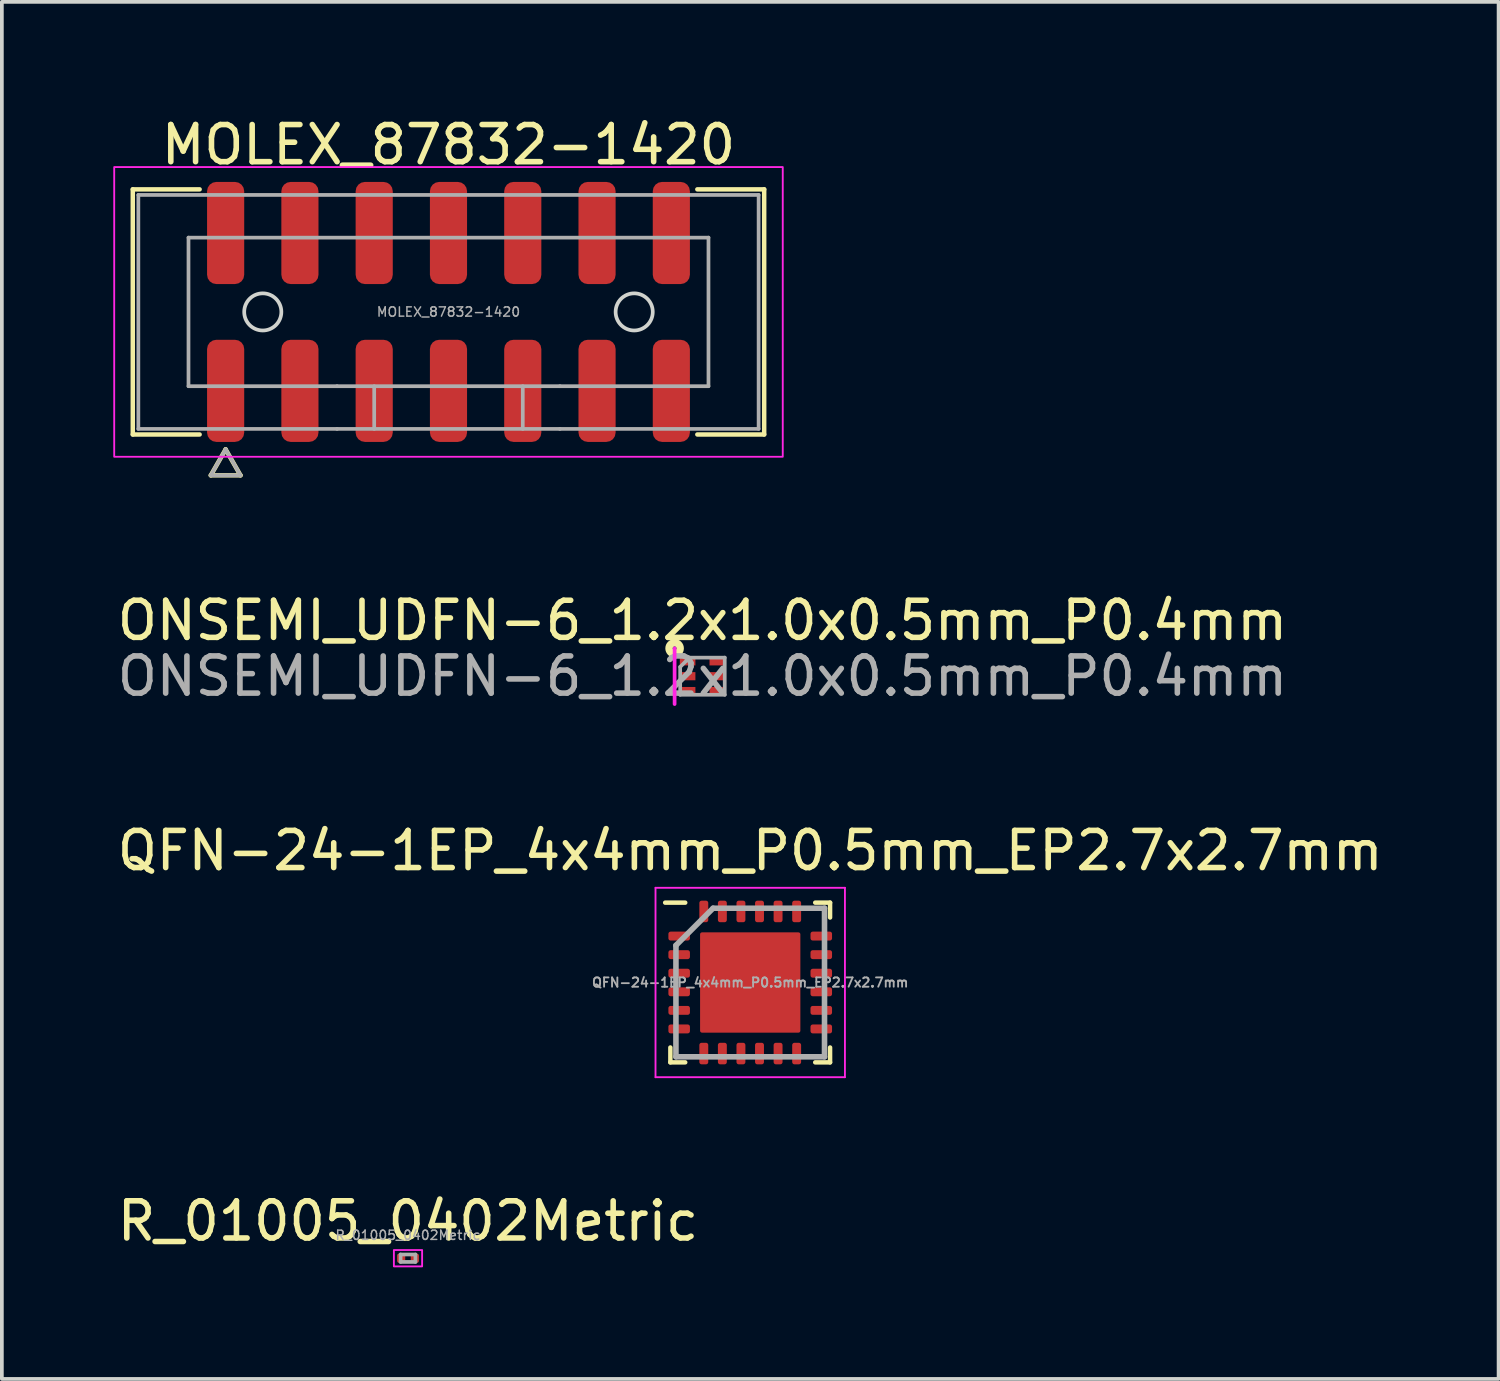
<source format=kicad_pcb>
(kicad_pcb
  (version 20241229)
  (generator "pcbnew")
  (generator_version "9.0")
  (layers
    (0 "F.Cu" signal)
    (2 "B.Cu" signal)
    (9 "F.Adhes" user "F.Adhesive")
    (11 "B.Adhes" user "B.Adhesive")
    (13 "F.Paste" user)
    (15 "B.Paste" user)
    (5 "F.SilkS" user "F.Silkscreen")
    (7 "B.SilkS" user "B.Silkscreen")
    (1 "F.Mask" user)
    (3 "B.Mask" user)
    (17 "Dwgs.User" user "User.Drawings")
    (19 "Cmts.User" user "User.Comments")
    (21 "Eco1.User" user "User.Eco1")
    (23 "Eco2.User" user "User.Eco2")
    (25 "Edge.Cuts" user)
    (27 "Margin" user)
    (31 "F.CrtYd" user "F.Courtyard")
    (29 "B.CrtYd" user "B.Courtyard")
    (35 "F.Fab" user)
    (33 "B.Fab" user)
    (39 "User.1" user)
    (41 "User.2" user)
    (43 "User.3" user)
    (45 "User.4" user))
  (footprint "R_01005_0402Metric"
    (layer "F.Cu")
    (at 7.935 30.826)
    (property "Reference" "R_01005_0402Metric" (at 0 -1 0) (layer "F.SilkS") (effects (font (size 1 1) (thickness 0.15))))
    (attr smd)
    (fp_rect (start -0.38 -0.22) (end 0.38 0.22) (stroke (width 0.05) (type default)) (fill no) (layer "F.CrtYd"))
    (fp_line (start -0.2 -0.1) (end 0.2 -0.1) (stroke (width 0.1) (type solid)) (layer "F.Fab"))
    (fp_line (start -0.2 0.1) (end -0.2 -0.1) (stroke (width 0.1) (type solid)) (layer "F.Fab"))
    (fp_line (start 0.2 -0.1) (end 0.2 0.1) (stroke (width 0.1) (type solid)) (layer "F.Fab"))
    (fp_line (start 0.2 0.1) (end -0.2 0.1) (stroke (width 0.1) (type solid)) (layer "F.Fab"))
    (fp_text user "${REFERENCE}" (at 0 -0.62 0) (layer "F.Fab") (effects (font (size 0.25 0.25) (thickness 0.04))))
    (pad "" smd roundrect (at -0.197 0) (size 0.195 0.244) (layers "F.Paste") (roundrect_rratio 0.27))
    (pad "" smd roundrect (at 0.198 -0.000125) (size 0.195 0.244) (layers "F.Paste") (roundrect_rratio 0.27))
    (pad "1" smd roundrect (at -0.185 0) (size 0.22 0.25) (layers "F.Cu" "F.Mask") (roundrect_rratio 0.25))
    (pad "2" smd roundrect (at 0.185 0) (size 0.22 0.25) (layers "F.Cu" "F.Mask") (roundrect_rratio 0.25)))
  (footprint "ONSEMI_UDFN-6_1.2x1.0x0.5mm_P0.4mm"
    (layer "F.Cu")
    (at 15.863 15.156)
    (property "Reference" "ONSEMI_UDFN-6_1.2x1.0x0.5mm_P0.4mm" (at 0 -1.5 0) (unlocked yes) (layer "F.SilkS") (effects (font (size 1 1) (thickness 0.15))))
    (attr smd)
    (fp_circle (center -0.75 -0.75) (end -0.7 -0.75) (stroke (width 0.2) (type default)) (fill no) (layer "F.SilkS"))
    (fp_line (start -0.75 0.75) (end 0.75 0.75) (stroke (width 0.1) (type default)) (layer "Margin"))
    (fp_line (start 0.75 -0.75) (end -0.75 -0.75) (stroke (width 0.1) (type default)) (layer "Margin"))
    (fp_line (start 0.75 0.75) (end 0.75 -0.75) (stroke (width 0.1) (type default)) (layer "Margin"))
    (fp_line (start -0.75 0.75) (end -0.75 -0.75) (stroke (width 0.1) (type solid)) (layer "F.CrtYd"))
    (fp_line (start -0.6 -0.25) (end -0.6 0.5) (stroke (width 0.1) (type default)) (layer "F.Fab"))
    (fp_line (start -0.6 0.5) (end 0.6 0.5) (stroke (width 0.1) (type solid)) (layer "F.Fab"))
    (fp_line (start -0.35 -0.5) (end -0.6 -0.25) (stroke (width 0.1) (type default)) (layer "F.Fab"))
    (fp_line (start -0.35 -0.5) (end 0.6 -0.5) (stroke (width 0.1) (type default)) (layer "F.Fab"))
    (fp_line (start 0.6 -0.5) (end 0.6 0.5) (stroke (width 0.1) (type default)) (layer "F.Fab"))
    (fp_text user "${REFERENCE}" (at 0 0 0) (unlocked yes) (layer "F.Fab") (effects (font (size 1 1) (thickness 0.15))))
    (pad "1" smd rect (at -0.4 -0.4) (size 0.42 0.22) (layers "F.Cu" "F.Mask" "F.Paste"))
    (pad "2" smd rect (at -0.4 0) (size 0.42 0.22) (layers "F.Cu" "F.Mask" "F.Paste"))
    (pad "3" smd rect (at -0.4 0.4) (size 0.42 0.22) (layers "F.Cu" "F.Mask" "F.Paste"))
    (pad "4" smd rect (at 0.4 0.4) (size 0.42 0.22) (layers "F.Cu" "F.Mask" "F.Paste"))
    (pad "5" smd rect (at 0.4 0) (size 0.42 0.22) (layers "F.Cu" "F.Mask" "F.Paste"))
    (pad "6" smd rect (at 0.4 -0.4) (size 0.42 0.22) (layers "F.Cu" "F.Mask" "F.Paste")))
  (footprint "MOLEX_87832-1420"
    (layer "F.Cu")
    (at 9.025 5.348)
    (property "Reference" "MOLEX_87832-1420" (at 0 -4.5 0) (unlocked yes) (layer "F.SilkS") (effects (font (size 1 1) (thickness 0.15))))
    (attr smd)
    (fp_line (start -8.5 -3.3) (end -8.5 3.3) (stroke (width 0.12) (type default)) (layer "F.SilkS"))
    (fp_line (start -8.5 3.3) (end -6.7 3.3) (stroke (width 0.12) (type default)) (layer "F.SilkS"))
    (fp_line (start -6.7 -3.3) (end -8.5 -3.3) (stroke (width 0.12) (type default)) (layer "F.SilkS"))
    (fp_line (start -6.4 4.4) (end -6 3.7) (stroke (width 0.12) (type default)) (layer "F.SilkS"))
    (fp_line (start -6 3.7) (end -5.6 4.4) (stroke (width 0.12) (type default)) (layer "F.SilkS"))
    (fp_line (start -5.6 4.4) (end -6.4 4.4) (stroke (width 0.12) (type default)) (layer "F.SilkS"))
    (fp_line (start 6.7 -3.3) (end 8.5 -3.3) (stroke (width 0.12) (type default)) (layer "F.SilkS"))
    (fp_line (start 8.5 -3.3) (end 8.5 3.3) (stroke (width 0.12) (type default)) (layer "F.SilkS"))
    (fp_line (start 8.5 3.3) (end 6.7 3.3) (stroke (width 0.12) (type default)) (layer "F.SilkS"))
    (fp_circle (center -5 0) (end -4.5 0) (stroke (width 0.1) (type default)) (fill no) (layer "Edge.Cuts"))
    (fp_circle (center 5 0) (end 5.5 0) (stroke (width 0.1) (type default)) (fill no) (layer "Edge.Cuts"))
    (fp_rect (start -9 -3.9) (end 9 3.9) (stroke (width 0.05) (type default)) (fill no) (layer "F.CrtYd"))
    (fp_line (start -8.35 -3.15) (end 8.35 -3.15) (stroke (width 0.1) (type default)) (layer "F.Fab"))
    (fp_line (start -8.35 3.15) (end -8.35 -3.15) (stroke (width 0.1) (type default)) (layer "F.Fab"))
    (fp_line (start -7 -2) (end 7 -2) (stroke (width 0.1) (type default)) (layer "F.Fab"))
    (fp_line (start -7 2) (end -7 -2) (stroke (width 0.1) (type default)) (layer "F.Fab"))
    (fp_line (start -6.4 4.4) (end -6 3.7) (stroke (width 0.1) (type default)) (layer "F.Fab"))
    (fp_line (start -6 3.7) (end -5.6 4.4) (stroke (width 0.1) (type default)) (layer "F.Fab"))
    (fp_line (start -5.6 4.4) (end -6.4 4.4) (stroke (width 0.1) (type default)) (layer "F.Fab"))
    (fp_line (start -3 2) (end -7 2) (stroke (width 0.1) (type default)) (layer "F.Fab"))
    (fp_line (start -3 2) (end 3 2) (stroke (width 0.1) (type default)) (layer "F.Fab"))
    (fp_line (start -3 3.15) (end -8.35 3.15) (stroke (width 0.1) (type default)) (layer "F.Fab"))
    (fp_line (start -3 3.15) (end 3 3.15) (stroke (width 0.1) (type default)) (layer "F.Fab"))
    (fp_line (start -2 3.15) (end -2 2) (stroke (width 0.1) (type default)) (layer "F.Fab"))
    (fp_line (start 2 2) (end 2 3.15) (stroke (width 0.1) (type default)) (layer "F.Fab"))
    (fp_line (start 7 -2) (end 7 2) (stroke (width 0.1) (type default)) (layer "F.Fab"))
    (fp_line (start 7 2) (end 3 2) (stroke (width 0.1) (type default)) (layer "F.Fab"))
    (fp_line (start 8.35 -3.15) (end 8.35 3.15) (stroke (width 0.1) (type default)) (layer "F.Fab"))
    (fp_line (start 8.35 3.15) (end 3 3.15) (stroke (width 0.1) (type default)) (layer "F.Fab"))
    (fp_text user "${REFERENCE}" (at 0 0 0) (unlocked yes) (layer "F.Fab") (effects (font (size 0.25 0.25) (thickness 0.04))))
    (pad "1" smd roundrect (at -6 2.125 180) (size 1 2.75) (layers "F.Cu" "F.Mask" "F.Paste") (roundrect_rratio 0.25))
    (pad "2" smd roundrect (at -6 -2.125 180) (size 1 2.75) (layers "F.Cu" "F.Mask" "F.Paste") (roundrect_rratio 0.25))
    (pad "3" smd roundrect (at -4 2.125 180) (size 1 2.75) (layers "F.Cu" "F.Mask" "F.Paste") (roundrect_rratio 0.25))
    (pad "4" smd roundrect (at -4 -2.125 180) (size 1 2.75) (layers "F.Cu" "F.Mask" "F.Paste") (roundrect_rratio 0.25))
    (pad "5" smd roundrect (at -2 2.125 180) (size 1 2.75) (layers "F.Cu" "F.Mask" "F.Paste") (roundrect_rratio 0.25))
    (pad "6" smd roundrect (at -2 -2.125 180) (size 1 2.75) (layers "F.Cu" "F.Mask" "F.Paste") (roundrect_rratio 0.25))
    (pad "7" smd roundrect (at 0 2.125 180) (size 1 2.75) (layers "F.Cu" "F.Mask" "F.Paste") (roundrect_rratio 0.25))
    (pad "8" smd roundrect (at 0 -2.125 180) (size 1 2.75) (layers "F.Cu" "F.Mask" "F.Paste") (roundrect_rratio 0.25))
    (pad "9" smd roundrect (at 2 2.125 180) (size 1 2.75) (layers "F.Cu" "F.Mask" "F.Paste") (roundrect_rratio 0.25))
    (pad "10" smd roundrect (at 2 -2.125 180) (size 1 2.75) (layers "F.Cu" "F.Mask" "F.Paste") (roundrect_rratio 0.25))
    (pad "11" smd roundrect (at 4 2.125 180) (size 1 2.75) (layers "F.Cu" "F.Mask" "F.Paste") (roundrect_rratio 0.25))
    (pad "12" smd roundrect (at 4 -2.125 180) (size 1 2.75) (layers "F.Cu" "F.Mask" "F.Paste") (roundrect_rratio 0.25))
    (pad "13" smd roundrect (at 6 2.125 180) (size 1 2.75) (layers "F.Cu" "F.Mask" "F.Paste") (roundrect_rratio 0.25))
    (pad "14" smd roundrect (at 6 -2.125 180) (size 1 2.75) (layers "F.Cu" "F.Mask" "F.Paste") (roundrect_rratio 0.25)))
  (footprint "QFN-24-1EP_4x4mm_P0.5mm_EP2.7x2.7mm"
    (layer "F.Cu")
    (at 17.149 23.403)
    (property "Reference" "QFN-24-1EP_4x4mm_P0.5mm_EP2.7x2.7mm" (at 0 -3.55 0) (unlocked yes) (layer "F.SilkS") (effects (font (size 1 1) (thickness 0.15))))
    (attr smd)
    (fp_line (start -2.15 2.15) (end -2.15 1.75) (stroke (width 0.12) (type default)) (layer "F.SilkS"))
    (fp_line (start -1.75 -2.15) (end -2.29 -2.15) (stroke (width 0.12) (type default)) (layer "F.SilkS"))
    (fp_line (start -1.75 2.15) (end -2.15 2.15) (stroke (width 0.12) (type default)) (layer "F.SilkS"))
    (fp_line (start 1.75 -2.15) (end 2.15 -2.15) (stroke (width 0.12) (type default)) (layer "F.SilkS"))
    (fp_line (start 1.75 2.15) (end 2.15 2.15) (stroke (width 0.12) (type default)) (layer "F.SilkS"))
    (fp_line (start 2.15 -2.15) (end 2.15 -1.75) (stroke (width 0.12) (type default)) (layer "F.SilkS"))
    (fp_line (start 2.15 2.15) (end 2.15 1.75) (stroke (width 0.12) (type default)) (layer "F.SilkS"))
    (fp_line (start -2.55 -2.55) (end 2.55 -2.55) (stroke (width 0.05) (type default)) (layer "F.CrtYd"))
    (fp_line (start -2.55 2.55) (end -2.55 -2.55) (stroke (width 0.05) (type default)) (layer "F.CrtYd"))
    (fp_line (start 2.55 -2.55) (end 2.55 2.55) (stroke (width 0.05) (type default)) (layer "F.CrtYd"))
    (fp_line (start 2.55 2.55) (end -2.55 2.55) (stroke (width 0.05) (type default)) (layer "F.CrtYd"))
    (fp_line (start -2 -1) (end -2 2) (stroke (width 0.15) (type default)) (layer "F.Fab"))
    (fp_line (start -2 2) (end 2 2) (stroke (width 0.15) (type default)) (layer "F.Fab"))
    (fp_line (start -1 -2) (end -2 -1) (stroke (width 0.15) (type default)) (layer "F.Fab"))
    (fp_line (start 2 -2) (end -1 -2) (stroke (width 0.15) (type default)) (layer "F.Fab"))
    (fp_line (start 2 2) (end 2 -2) (stroke (width 0.15) (type default)) (layer "F.Fab"))
    (fp_text user "${REFERENCE}" (at 0 0 0) (layer "F.Fab") (effects (font (size 0.25 0.25) (thickness 0.05) (bold yes))))
    (pad "" smd rect (at -0.675 -0.675) (size 1.15 1.15) (layers "F.Paste"))
    (pad "" smd rect (at -0.675 0.675) (size 1.15 1.15) (layers "F.Paste"))
    (pad "" smd rect (at 0.675 -0.675) (size 1.15 1.15) (layers "F.Paste"))
    (pad "" smd rect (at 0.675 0.675) (size 1.15 1.15) (layers "F.Paste"))
    (pad "1" smd roundrect (at -1.913 -1.25 90) (size 0.24 0.58) (layers "F.Cu" "F.Mask" "F.Paste") (roundrect_rratio 0.25))
    (pad "2" smd roundrect (at -1.913 -0.75 90) (size 0.24 0.58) (layers "F.Cu" "F.Mask" "F.Paste") (roundrect_rratio 0.25))
    (pad "3" smd roundrect (at -1.913 -0.25 90) (size 0.24 0.58) (layers "F.Cu" "F.Mask" "F.Paste") (roundrect_rratio 0.25))
    (pad "4" smd roundrect (at -1.913 0.25 90) (size 0.24 0.58) (layers "F.Cu" "F.Mask" "F.Paste") (roundrect_rratio 0.25))
    (pad "5" smd roundrect (at -1.913 0.75 90) (size 0.24 0.58) (layers "F.Cu" "F.Mask" "F.Paste") (roundrect_rratio 0.25))
    (pad "6" smd roundrect (at -1.913 1.25 90) (size 0.24 0.58) (layers "F.Cu" "F.Mask" "F.Paste") (roundrect_rratio 0.25))
    (pad "7" smd roundrect (at -1.25 1.913) (size 0.24 0.58) (layers "F.Cu" "F.Mask" "F.Paste") (roundrect_rratio 0.25))
    (pad "8" smd roundrect (at -0.75 1.913) (size 0.24 0.58) (layers "F.Cu" "F.Mask" "F.Paste") (roundrect_rratio 0.25))
    (pad "9" smd roundrect (at -0.25 1.913) (size 0.24 0.58) (layers "F.Cu" "F.Mask" "F.Paste") (roundrect_rratio 0.25))
    (pad "10" smd roundrect (at 0.25 1.913) (size 0.24 0.58) (layers "F.Cu" "F.Mask" "F.Paste") (roundrect_rratio 0.25))
    (pad "11" smd roundrect (at 0.75 1.913) (size 0.24 0.58) (layers "F.Cu" "F.Mask" "F.Paste") (roundrect_rratio 0.25))
    (pad "12" smd roundrect (at 1.25 1.913) (size 0.24 0.58) (layers "F.Cu" "F.Mask" "F.Paste") (roundrect_rratio 0.25))
    (pad "13" smd roundrect (at 1.913 1.25 90) (size 0.24 0.58) (layers "F.Cu" "F.Mask" "F.Paste") (roundrect_rratio 0.25))
    (pad "14" smd roundrect (at 1.913 0.75 90) (size 0.24 0.58) (layers "F.Cu" "F.Mask" "F.Paste") (roundrect_rratio 0.25))
    (pad "15" smd roundrect (at 1.913 0.25 90) (size 0.24 0.58) (layers "F.Cu" "F.Mask" "F.Paste") (roundrect_rratio 0.25))
    (pad "16" smd roundrect (at 1.913 -0.25 90) (size 0.24 0.58) (layers "F.Cu" "F.Mask" "F.Paste") (roundrect_rratio 0.25))
    (pad "17" smd roundrect (at 1.913 -0.75 90) (size 0.24 0.58) (layers "F.Cu" "F.Mask" "F.Paste") (roundrect_rratio 0.25))
    (pad "18" smd roundrect (at 1.913 -1.25 90) (size 0.24 0.58) (layers "F.Cu" "F.Mask" "F.Paste") (roundrect_rratio 0.25))
    (pad "19" smd roundrect (at 1.25 -1.913) (size 0.24 0.58) (layers "F.Cu" "F.Mask" "F.Paste") (roundrect_rratio 0.25))
    (pad "20" smd roundrect (at 0.75 -1.913) (size 0.24 0.58) (layers "F.Cu" "F.Mask" "F.Paste") (roundrect_rratio 0.25))
    (pad "21" smd roundrect (at 0.25 -1.913) (size 0.24 0.58) (layers "F.Cu" "F.Mask" "F.Paste") (roundrect_rratio 0.25))
    (pad "22" smd roundrect (at -0.25 -1.913) (size 0.24 0.58) (layers "F.Cu" "F.Mask" "F.Paste") (roundrect_rratio 0.25))
    (pad "23" smd roundrect (at -0.75 -1.913) (size 0.24 0.58) (layers "F.Cu" "F.Mask" "F.Paste") (roundrect_rratio 0.25))
    (pad "24" smd roundrect (at -1.25 -1.913) (size 0.24 0.58) (layers "F.Cu" "F.Mask" "F.Paste") (roundrect_rratio 0.25))
    (pad "25" smd roundrect (at 0 0) (size 2.7 2.7) (layers "F.Cu" "F.Mask") (roundrect_rratio 0.019)))
  (gr_rect
    (start -3 -3)
    (end 37.298 34.076)
    (stroke (width 0.1) (type default))
    (fill no)
    (layer "Edge.Cuts")))
</source>
